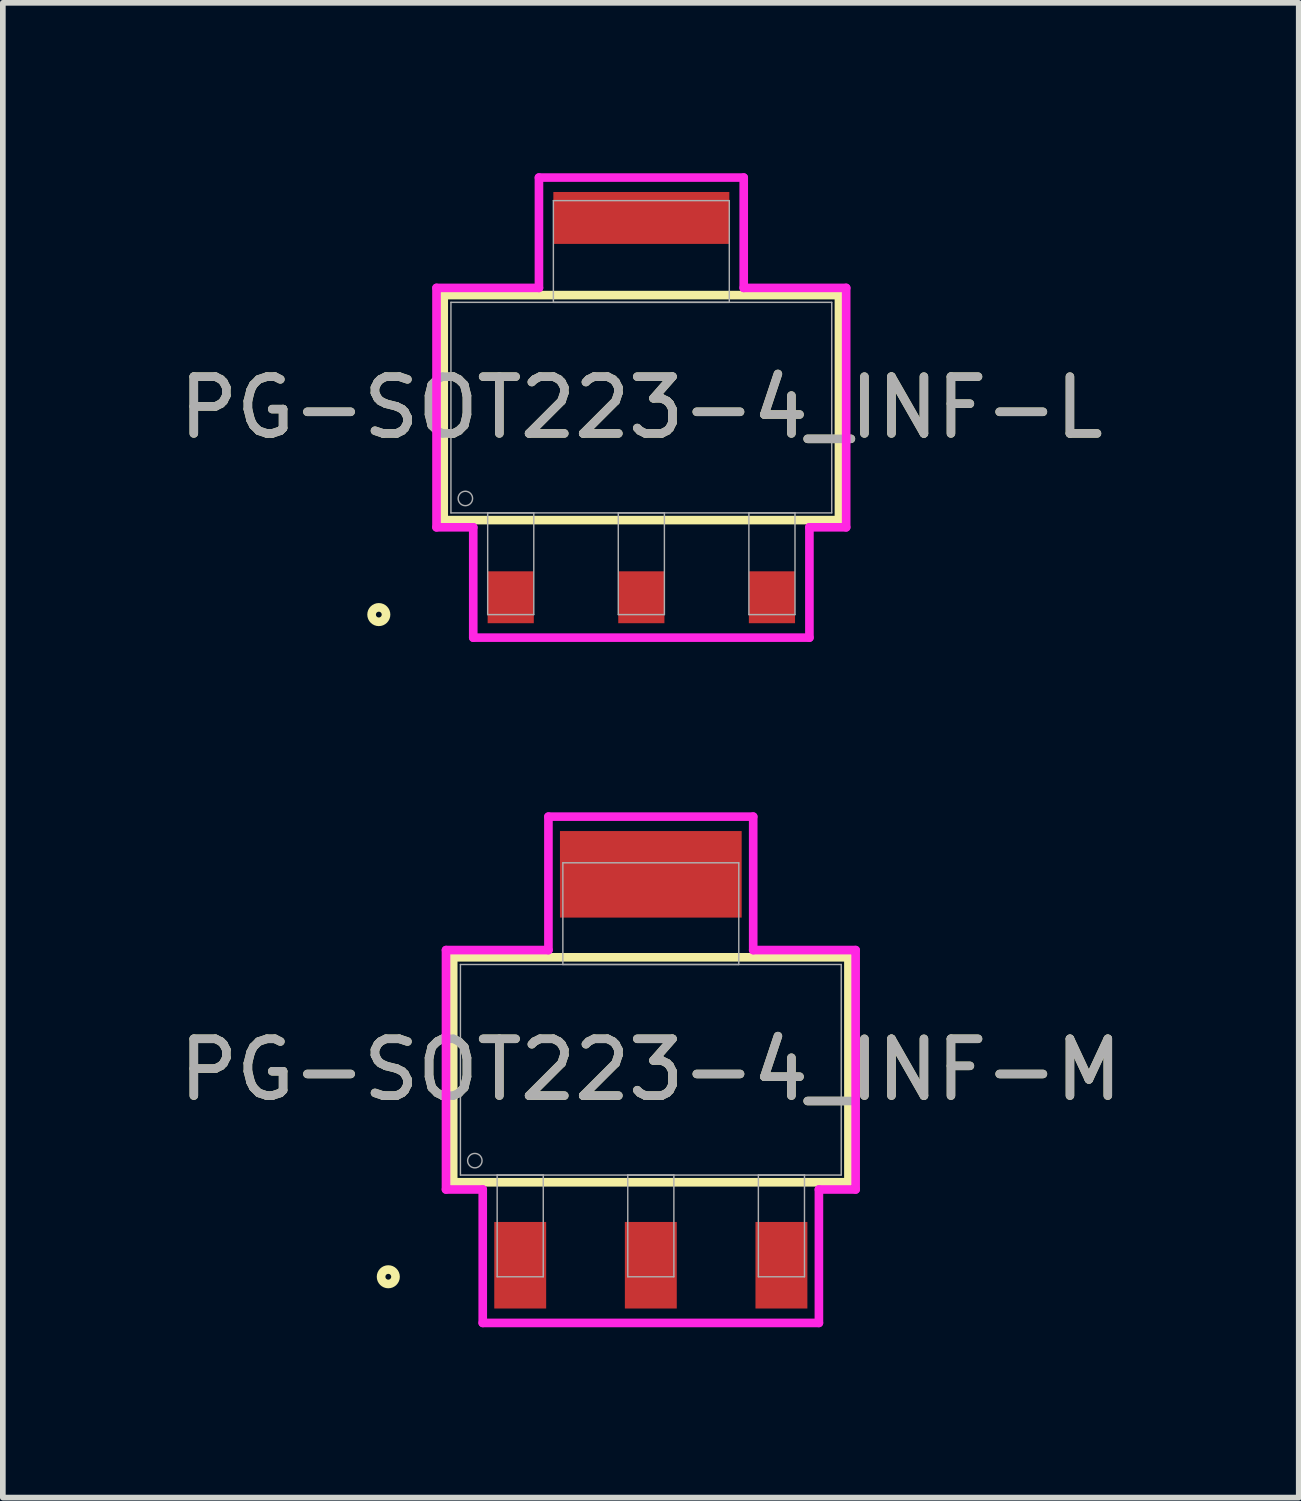
<source format=kicad_pcb>
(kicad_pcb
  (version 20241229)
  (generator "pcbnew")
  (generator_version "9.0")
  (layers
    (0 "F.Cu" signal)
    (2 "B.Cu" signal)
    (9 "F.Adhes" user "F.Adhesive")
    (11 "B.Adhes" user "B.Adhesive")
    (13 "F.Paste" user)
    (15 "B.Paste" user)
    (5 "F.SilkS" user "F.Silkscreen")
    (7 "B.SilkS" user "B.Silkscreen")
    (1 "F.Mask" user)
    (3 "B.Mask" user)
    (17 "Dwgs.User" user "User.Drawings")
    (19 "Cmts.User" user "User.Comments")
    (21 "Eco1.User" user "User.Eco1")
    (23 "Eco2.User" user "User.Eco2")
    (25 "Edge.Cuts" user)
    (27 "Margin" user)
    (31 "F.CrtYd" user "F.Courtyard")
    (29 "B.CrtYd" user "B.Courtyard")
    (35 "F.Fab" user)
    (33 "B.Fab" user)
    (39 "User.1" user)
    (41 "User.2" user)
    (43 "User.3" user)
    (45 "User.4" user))
  (footprint "PG-SOT223-4_INF-L"
    (layer "F.Cu")
    (at 8.244 4.128)
    (property "Reference" "PG-SOT223-4_INF-L" (at 0 0 0) (unlocked yes) (layer "F.SilkS") (effects (font (size 1 1) (thickness 0.15))))
    (attr smd)
    (fp_line (start -3.48 -1.981) (end -3.48 1.981) (stroke (width 0.152) (type solid)) (layer "F.SilkS"))
    (fp_line (start -3.48 1.981) (end 3.48 1.981) (stroke (width 0.152) (type solid)) (layer "F.SilkS"))
    (fp_line (start 3.48 -1.981) (end -3.48 -1.981) (stroke (width 0.152) (type solid)) (layer "F.SilkS"))
    (fp_line (start 3.48 1.981) (end 3.48 -1.981) (stroke (width 0.152) (type solid)) (layer "F.SilkS"))
    (fp_circle (center -4.623 3.645) (end -4.496 3.645) (stroke (width 0.152) (type solid)) (fill no) (layer "F.SilkS"))
    (fp_line (start -3.607 -2.108) (end -1.803 -2.108) (stroke (width 0.152) (type solid)) (layer "F.CrtYd"))
    (fp_line (start -3.607 2.108) (end -3.607 -2.108) (stroke (width 0.152) (type solid)) (layer "F.CrtYd"))
    (fp_line (start -2.96 2.108) (end -3.607 2.108) (stroke (width 0.152) (type solid)) (layer "F.CrtYd"))
    (fp_line (start -2.96 4.051) (end -2.96 2.108) (stroke (width 0.152) (type solid)) (layer "F.CrtYd"))
    (fp_line (start -1.803 -4.051) (end 1.803 -4.051) (stroke (width 0.152) (type solid)) (layer "F.CrtYd"))
    (fp_line (start -1.803 -2.108) (end -1.803 -4.051) (stroke (width 0.152) (type solid)) (layer "F.CrtYd"))
    (fp_line (start 1.803 -4.051) (end 1.803 -2.108) (stroke (width 0.152) (type solid)) (layer "F.CrtYd"))
    (fp_line (start 1.803 -2.108) (end 3.607 -2.108) (stroke (width 0.152) (type solid)) (layer "F.CrtYd"))
    (fp_line (start 2.96 2.108) (end 2.96 4.051) (stroke (width 0.152) (type solid)) (layer "F.CrtYd"))
    (fp_line (start 2.96 4.051) (end -2.96 4.051) (stroke (width 0.152) (type solid)) (layer "F.CrtYd"))
    (fp_line (start 3.607 -2.108) (end 3.607 2.108) (stroke (width 0.152) (type solid)) (layer "F.CrtYd"))
    (fp_line (start 3.607 2.108) (end 2.96 2.108) (stroke (width 0.152) (type solid)) (layer "F.CrtYd"))
    (fp_line (start -3.353 -1.854) (end -3.353 1.854) (stroke (width 0.025) (type solid)) (layer "F.Fab"))
    (fp_line (start -3.353 1.854) (end 3.353 1.854) (stroke (width 0.025) (type solid)) (layer "F.Fab"))
    (fp_line (start -2.706 1.854) (end -2.706 3.645) (stroke (width 0.025) (type solid)) (layer "F.Fab"))
    (fp_line (start -2.706 3.645) (end -1.894 3.645) (stroke (width 0.025) (type solid)) (layer "F.Fab"))
    (fp_line (start -1.894 1.854) (end -2.706 1.854) (stroke (width 0.025) (type solid)) (layer "F.Fab"))
    (fp_line (start -1.894 3.645) (end -1.894 1.854) (stroke (width 0.025) (type solid)) (layer "F.Fab"))
    (fp_line (start -1.549 -3.645) (end -1.549 -1.854) (stroke (width 0.025) (type solid)) (layer "F.Fab"))
    (fp_line (start -1.549 -1.854) (end 1.549 -1.854) (stroke (width 0.025) (type solid)) (layer "F.Fab"))
    (fp_line (start -0.406 1.854) (end -0.406 3.645) (stroke (width 0.025) (type solid)) (layer "F.Fab"))
    (fp_line (start -0.406 3.645) (end 0.406 3.645) (stroke (width 0.025) (type solid)) (layer "F.Fab"))
    (fp_line (start 0.406 1.854) (end -0.406 1.854) (stroke (width 0.025) (type solid)) (layer "F.Fab"))
    (fp_line (start 0.406 3.645) (end 0.406 1.854) (stroke (width 0.025) (type solid)) (layer "F.Fab"))
    (fp_line (start 1.549 -3.645) (end -1.549 -3.645) (stroke (width 0.025) (type solid)) (layer "F.Fab"))
    (fp_line (start 1.549 -1.854) (end 1.549 -3.645) (stroke (width 0.025) (type solid)) (layer "F.Fab"))
    (fp_line (start 1.894 1.854) (end 1.894 3.645) (stroke (width 0.025) (type solid)) (layer "F.Fab"))
    (fp_line (start 1.894 3.645) (end 2.706 3.645) (stroke (width 0.025) (type solid)) (layer "F.Fab"))
    (fp_line (start 2.706 1.854) (end 1.894 1.854) (stroke (width 0.025) (type solid)) (layer "F.Fab"))
    (fp_line (start 2.706 3.645) (end 2.706 1.854) (stroke (width 0.025) (type solid)) (layer "F.Fab"))
    (fp_line (start 3.353 -1.854) (end -3.353 -1.854) (stroke (width 0.025) (type solid)) (layer "F.Fab"))
    (fp_line (start 3.353 1.854) (end 3.353 -1.854) (stroke (width 0.025) (type solid)) (layer "F.Fab"))
    (fp_circle (center -3.099 1.6) (end -2.972 1.6) (stroke (width 0.025) (type solid)) (fill no) (layer "F.Fab"))
    (fp_text user "${REFERENCE}" (at 0 0 0) (unlocked yes) (layer "F.Fab") (effects (font (size 1 1) (thickness 0.15))))
    (pad "1" smd rect (at -2.3 3.34) (size 0.813 0.914) (layers "F.Cu" "F.Mask" "F.Paste"))
    (pad "2" smd rect (at 0 3.34) (size 0.813 0.914) (layers "F.Cu" "F.Mask" "F.Paste"))
    (pad "3" smd rect (at 2.3 3.34) (size 0.813 0.914) (layers "F.Cu" "F.Mask" "F.Paste"))
    (pad "4" smd rect (at 0 -3.34) (size 3.099 0.914) (layers "F.Cu" "F.Mask" "F.Paste")))
  (footprint "PG-SOT223-4_INF-M"
    (layer "F.Cu")
    (at 8.411 15.789)
    (property "Reference" "PG-SOT223-4_INF-M" (at 0 0 0) (unlocked yes) (layer "F.SilkS") (effects (font (size 1 1) (thickness 0.15))))
    (attr smd)
    (fp_line (start -3.48 -1.981) (end -3.48 1.981) (stroke (width 0.152) (type solid)) (layer "F.SilkS"))
    (fp_line (start -3.48 1.981) (end 3.48 1.981) (stroke (width 0.152) (type solid)) (layer "F.SilkS"))
    (fp_line (start 3.48 -1.981) (end -3.48 -1.981) (stroke (width 0.152) (type solid)) (layer "F.SilkS"))
    (fp_line (start 3.48 1.981) (end 3.48 -1.981) (stroke (width 0.152) (type solid)) (layer "F.SilkS"))
    (fp_circle (center -4.623 3.645) (end -4.496 3.645) (stroke (width 0.152) (type solid)) (fill no) (layer "F.SilkS"))
    (fp_line (start -3.607 -2.108) (end -1.803 -2.108) (stroke (width 0.152) (type solid)) (layer "F.CrtYd"))
    (fp_line (start -3.607 2.108) (end -3.607 -2.108) (stroke (width 0.152) (type solid)) (layer "F.CrtYd"))
    (fp_line (start -2.96 2.108) (end -3.607 2.108) (stroke (width 0.152) (type solid)) (layer "F.CrtYd"))
    (fp_line (start -2.96 4.458) (end -2.96 2.108) (stroke (width 0.152) (type solid)) (layer "F.CrtYd"))
    (fp_line (start -1.803 -4.458) (end 1.803 -4.458) (stroke (width 0.152) (type solid)) (layer "F.CrtYd"))
    (fp_line (start -1.803 -2.108) (end -1.803 -4.458) (stroke (width 0.152) (type solid)) (layer "F.CrtYd"))
    (fp_line (start 1.803 -4.458) (end 1.803 -2.108) (stroke (width 0.152) (type solid)) (layer "F.CrtYd"))
    (fp_line (start 1.803 -2.108) (end 3.607 -2.108) (stroke (width 0.152) (type solid)) (layer "F.CrtYd"))
    (fp_line (start 2.96 2.108) (end 2.96 4.458) (stroke (width 0.152) (type solid)) (layer "F.CrtYd"))
    (fp_line (start 2.96 4.458) (end -2.96 4.458) (stroke (width 0.152) (type solid)) (layer "F.CrtYd"))
    (fp_line (start 3.607 -2.108) (end 3.607 2.108) (stroke (width 0.152) (type solid)) (layer "F.CrtYd"))
    (fp_line (start 3.607 2.108) (end 2.96 2.108) (stroke (width 0.152) (type solid)) (layer "F.CrtYd"))
    (fp_line (start -3.353 -1.854) (end -3.353 1.854) (stroke (width 0.025) (type solid)) (layer "F.Fab"))
    (fp_line (start -3.353 1.854) (end 3.353 1.854) (stroke (width 0.025) (type solid)) (layer "F.Fab"))
    (fp_line (start -2.706 1.854) (end -2.706 3.645) (stroke (width 0.025) (type solid)) (layer "F.Fab"))
    (fp_line (start -2.706 3.645) (end -1.894 3.645) (stroke (width 0.025) (type solid)) (layer "F.Fab"))
    (fp_line (start -1.894 1.854) (end -2.706 1.854) (stroke (width 0.025) (type solid)) (layer "F.Fab"))
    (fp_line (start -1.894 3.645) (end -1.894 1.854) (stroke (width 0.025) (type solid)) (layer "F.Fab"))
    (fp_line (start -1.549 -3.645) (end -1.549 -1.854) (stroke (width 0.025) (type solid)) (layer "F.Fab"))
    (fp_line (start -1.549 -1.854) (end 1.549 -1.854) (stroke (width 0.025) (type solid)) (layer "F.Fab"))
    (fp_line (start -0.406 1.854) (end -0.406 3.645) (stroke (width 0.025) (type solid)) (layer "F.Fab"))
    (fp_line (start -0.406 3.645) (end 0.406 3.645) (stroke (width 0.025) (type solid)) (layer "F.Fab"))
    (fp_line (start 0.406 1.854) (end -0.406 1.854) (stroke (width 0.025) (type solid)) (layer "F.Fab"))
    (fp_line (start 0.406 3.645) (end 0.406 1.854) (stroke (width 0.025) (type solid)) (layer "F.Fab"))
    (fp_line (start 1.549 -3.645) (end -1.549 -3.645) (stroke (width 0.025) (type solid)) (layer "F.Fab"))
    (fp_line (start 1.549 -1.854) (end 1.549 -3.645) (stroke (width 0.025) (type solid)) (layer "F.Fab"))
    (fp_line (start 1.894 1.854) (end 1.894 3.645) (stroke (width 0.025) (type solid)) (layer "F.Fab"))
    (fp_line (start 1.894 3.645) (end 2.706 3.645) (stroke (width 0.025) (type solid)) (layer "F.Fab"))
    (fp_line (start 2.706 1.854) (end 1.894 1.854) (stroke (width 0.025) (type solid)) (layer "F.Fab"))
    (fp_line (start 2.706 3.645) (end 2.706 1.854) (stroke (width 0.025) (type solid)) (layer "F.Fab"))
    (fp_line (start 3.353 -1.854) (end -3.353 -1.854) (stroke (width 0.025) (type solid)) (layer "F.Fab"))
    (fp_line (start 3.353 1.854) (end 3.353 -1.854) (stroke (width 0.025) (type solid)) (layer "F.Fab"))
    (fp_circle (center -3.099 1.6) (end -2.972 1.6) (stroke (width 0.025) (type solid)) (fill no) (layer "F.Fab"))
    (fp_text user "${REFERENCE}" (at 0 0 0) (unlocked yes) (layer "F.Fab") (effects (font (size 1 1) (thickness 0.15))))
    (pad "1" smd rect (at -2.3 3.442) (size 0.914 1.524) (layers "F.Cu" "F.Mask" "F.Paste"))
    (pad "2" smd rect (at 0 3.442) (size 0.914 1.524) (layers "F.Cu" "F.Mask" "F.Paste"))
    (pad "3" smd rect (at 2.3 3.442) (size 0.914 1.524) (layers "F.Cu" "F.Mask" "F.Paste"))
    (pad "4" smd rect (at 0 -3.442) (size 3.2 1.524) (layers "F.Cu" "F.Mask" "F.Paste")))
  (gr_rect
    (start -3 -3)
    (end 19.821 23.323)
    (stroke (width 0.1) (type default))
    (fill no)
    (layer "Edge.Cuts")))
</source>
